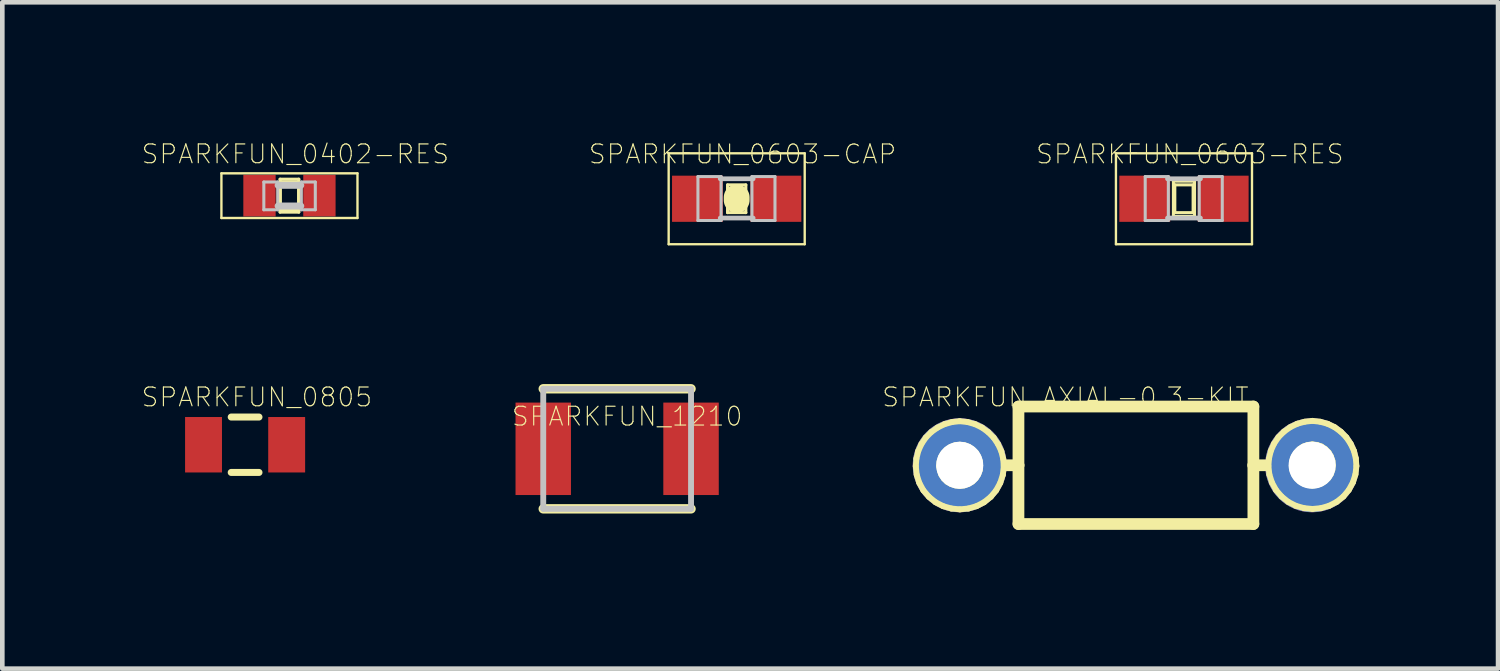
<source format=kicad_pcb>
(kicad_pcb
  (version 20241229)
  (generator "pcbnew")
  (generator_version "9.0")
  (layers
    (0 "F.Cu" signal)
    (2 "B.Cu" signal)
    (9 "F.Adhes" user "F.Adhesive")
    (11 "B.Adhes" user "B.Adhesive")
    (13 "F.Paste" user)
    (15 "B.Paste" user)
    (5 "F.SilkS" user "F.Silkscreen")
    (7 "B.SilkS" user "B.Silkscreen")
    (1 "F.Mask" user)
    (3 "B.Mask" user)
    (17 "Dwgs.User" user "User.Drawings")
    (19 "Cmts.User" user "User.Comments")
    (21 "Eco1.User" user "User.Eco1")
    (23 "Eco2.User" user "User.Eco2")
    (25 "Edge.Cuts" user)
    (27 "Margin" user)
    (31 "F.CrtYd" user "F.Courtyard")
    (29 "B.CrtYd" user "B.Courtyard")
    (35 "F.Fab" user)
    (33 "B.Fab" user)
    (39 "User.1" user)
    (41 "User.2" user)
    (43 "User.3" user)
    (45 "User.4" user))
  (footprint "SPARKFUN_AXIAL-0.3-KIT"
    (layer "F.Cu")
    (at 21.513 7.011)
    (property "Reference" "SPARKFUN_AXIAL-0.3-KIT" (at -1.524 -1.473 0) (layer "F.SilkS") (effects (font (size 0.406 0.406) (thickness 0.025))))
    (attr exclude_from_pos_files exclude_from_bom)
    (fp_line (start -4.76 0.02) (end -4.747 -0.142) (stroke (width 0.127) (type solid)) (layer "F.SilkS"))
    (fp_line (start -4.747 -0.142) (end -4.707 -0.307) (stroke (width 0.127) (type solid)) (layer "F.SilkS"))
    (fp_line (start -4.74 0.206) (end -4.76 0.02) (stroke (width 0.127) (type solid)) (layer "F.SilkS"))
    (fp_line (start -4.707 -0.307) (end -4.638 -0.46) (stroke (width 0.127) (type solid)) (layer "F.SilkS"))
    (fp_line (start -4.684 0.381) (end -4.74 0.206) (stroke (width 0.127) (type solid)) (layer "F.SilkS"))
    (fp_line (start -4.638 -0.46) (end -4.544 -0.599) (stroke (width 0.127) (type solid)) (layer "F.SilkS"))
    (fp_line (start -4.595 0.544) (end -4.684 0.381) (stroke (width 0.127) (type solid)) (layer "F.SilkS"))
    (fp_line (start -4.544 -0.599) (end -4.425 -0.719) (stroke (width 0.127) (type solid)) (layer "F.SilkS"))
    (fp_line (start -4.475 0.683) (end -4.595 0.544) (stroke (width 0.127) (type solid)) (layer "F.SilkS"))
    (fp_line (start -4.425 -0.719) (end -4.29 -0.815) (stroke (width 0.127) (type solid)) (layer "F.SilkS"))
    (fp_line (start -4.331 0.8) (end -4.475 0.683) (stroke (width 0.127) (type solid)) (layer "F.SilkS"))
    (fp_line (start -4.29 -0.815) (end -4.138 -0.889) (stroke (width 0.127) (type solid)) (layer "F.SilkS"))
    (fp_line (start -4.255 0.018) (end -4.244 -0.081) (stroke (width 0.127) (type solid)) (layer "F.SilkS"))
    (fp_line (start -4.244 -0.081) (end -4.214 -0.178) (stroke (width 0.127) (type solid)) (layer "F.SilkS"))
    (fp_line (start -4.239 0.114) (end -4.255 0.018) (stroke (width 0.127) (type solid)) (layer "F.SilkS"))
    (fp_line (start -4.214 -0.178) (end -4.161 -0.264) (stroke (width 0.127) (type solid)) (layer "F.SilkS"))
    (fp_line (start -4.206 0.206) (end -4.239 0.114) (stroke (width 0.127) (type solid)) (layer "F.SilkS"))
    (fp_line (start -4.168 0.884) (end -4.331 0.8) (stroke (width 0.127) (type solid)) (layer "F.SilkS"))
    (fp_line (start -4.161 -0.264) (end -4.089 -0.34) (stroke (width 0.127) (type solid)) (layer "F.SilkS"))
    (fp_line (start -4.153 0.287) (end -4.206 0.206) (stroke (width 0.127) (type solid)) (layer "F.SilkS"))
    (fp_line (start -4.138 -0.889) (end -3.975 -0.935) (stroke (width 0.127) (type solid)) (layer "F.SilkS"))
    (fp_line (start -4.089 -0.34) (end -4.006 -0.396) (stroke (width 0.127) (type solid)) (layer "F.SilkS"))
    (fp_line (start -4.082 0.356) (end -4.153 0.287) (stroke (width 0.127) (type solid)) (layer "F.SilkS"))
    (fp_line (start -4.006 -0.396) (end -3.909 -0.432) (stroke (width 0.127) (type solid)) (layer "F.SilkS"))
    (fp_line (start -3.998 0.404) (end -4.082 0.356) (stroke (width 0.127) (type solid)) (layer "F.SilkS"))
    (fp_line (start -3.99 0.935) (end -4.168 0.884) (stroke (width 0.127) (type solid)) (layer "F.SilkS"))
    (fp_line (start -3.975 -0.935) (end -3.81 -0.953) (stroke (width 0.127) (type solid)) (layer "F.SilkS"))
    (fp_line (start -3.909 -0.432) (end -3.81 -0.445) (stroke (width 0.127) (type solid)) (layer "F.SilkS"))
    (fp_line (start -3.907 0.434) (end -3.998 0.404) (stroke (width 0.127) (type solid)) (layer "F.SilkS"))
    (fp_line (start -3.81 -0.953) (end -3.642 -0.935) (stroke (width 0.127) (type solid)) (layer "F.SilkS"))
    (fp_line (start -3.81 -0.445) (end -3.708 -0.432) (stroke (width 0.127) (type solid)) (layer "F.SilkS"))
    (fp_line (start -3.81 0.445) (end -3.907 0.434) (stroke (width 0.127) (type solid)) (layer "F.SilkS"))
    (fp_line (start -3.807 0.953) (end -3.99 0.935) (stroke (width 0.127) (type solid)) (layer "F.SilkS"))
    (fp_line (start -3.711 0.434) (end -3.81 0.445) (stroke (width 0.127) (type solid)) (layer "F.SilkS"))
    (fp_line (start -3.708 -0.432) (end -3.614 -0.399) (stroke (width 0.127) (type solid)) (layer "F.SilkS"))
    (fp_line (start -3.642 -0.935) (end -3.48 -0.889) (stroke (width 0.127) (type solid)) (layer "F.SilkS"))
    (fp_line (start -3.622 0.935) (end -3.807 0.953) (stroke (width 0.127) (type solid)) (layer "F.SilkS"))
    (fp_line (start -3.619 0.401) (end -3.711 0.434) (stroke (width 0.127) (type solid)) (layer "F.SilkS"))
    (fp_line (start -3.614 -0.399) (end -3.531 -0.343) (stroke (width 0.127) (type solid)) (layer "F.SilkS"))
    (fp_line (start -3.536 0.351) (end -3.619 0.401) (stroke (width 0.127) (type solid)) (layer "F.SilkS"))
    (fp_line (start -3.531 -0.343) (end -3.459 -0.272) (stroke (width 0.127) (type solid)) (layer "F.SilkS"))
    (fp_line (start -3.48 -0.889) (end -3.327 -0.815) (stroke (width 0.127) (type solid)) (layer "F.SilkS"))
    (fp_line (start -3.465 0.282) (end -3.536 0.351) (stroke (width 0.127) (type solid)) (layer "F.SilkS"))
    (fp_line (start -3.459 -0.272) (end -3.409 -0.185) (stroke (width 0.127) (type solid)) (layer "F.SilkS"))
    (fp_line (start -3.447 0.884) (end -3.622 0.935) (stroke (width 0.127) (type solid)) (layer "F.SilkS"))
    (fp_line (start -3.411 0.198) (end -3.465 0.282) (stroke (width 0.127) (type solid)) (layer "F.SilkS"))
    (fp_line (start -3.409 -0.185) (end -3.376 -0.089) (stroke (width 0.127) (type solid)) (layer "F.SilkS"))
    (fp_line (start -3.378 0.107) (end -3.411 0.198) (stroke (width 0.127) (type solid)) (layer "F.SilkS"))
    (fp_line (start -3.376 -0.089) (end -3.368 0.008) (stroke (width 0.127) (type solid)) (layer "F.SilkS"))
    (fp_line (start -3.368 0.008) (end -3.378 0.107) (stroke (width 0.127) (type solid)) (layer "F.SilkS"))
    (fp_line (start -3.327 -0.815) (end -3.193 -0.716) (stroke (width 0.127) (type solid)) (layer "F.SilkS"))
    (fp_line (start -3.284 0.8) (end -3.447 0.884) (stroke (width 0.127) (type solid)) (layer "F.SilkS"))
    (fp_line (start -3.193 -0.716) (end -3.076 -0.597) (stroke (width 0.127) (type solid)) (layer "F.SilkS"))
    (fp_line (start -3.139 0.683) (end -3.284 0.8) (stroke (width 0.127) (type solid)) (layer "F.SilkS"))
    (fp_line (start -3.076 -0.597) (end -2.982 -0.457) (stroke (width 0.127) (type solid)) (layer "F.SilkS"))
    (fp_line (start -3.023 0.544) (end -3.139 0.683) (stroke (width 0.127) (type solid)) (layer "F.SilkS"))
    (fp_line (start -2.982 -0.457) (end -2.911 -0.305) (stroke (width 0.127) (type solid)) (layer "F.SilkS"))
    (fp_line (start -2.934 0.381) (end -3.023 0.544) (stroke (width 0.127) (type solid)) (layer "F.SilkS"))
    (fp_line (start -2.911 -0.305) (end -2.87 -0.14) (stroke (width 0.127) (type solid)) (layer "F.SilkS"))
    (fp_line (start -2.878 0.206) (end -2.934 0.381) (stroke (width 0.127) (type solid)) (layer "F.SilkS"))
    (fp_line (start -2.87 -0.14) (end -2.857 0.025) (stroke (width 0.127) (type solid)) (layer "F.SilkS"))
    (fp_line (start -2.857 0.025) (end -2.878 0.206) (stroke (width 0.127) (type solid)) (layer "F.SilkS"))
    (fp_line (start -2.54 -1.27) (end 2.54 -1.27) (stroke (width 0.254) (type solid)) (layer "F.SilkS"))
    (fp_line (start -2.54 0) (end -2.794 0) (stroke (width 0.254) (type solid)) (layer "F.SilkS"))
    (fp_line (start -2.54 0) (end -2.54 -1.27) (stroke (width 0.254) (type solid)) (layer "F.SilkS"))
    (fp_line (start -2.54 1.27) (end -2.54 0) (stroke (width 0.254) (type solid)) (layer "F.SilkS"))
    (fp_line (start 2.54 -1.27) (end 2.54 0) (stroke (width 0.254) (type solid)) (layer "F.SilkS"))
    (fp_line (start 2.54 0) (end 2.54 1.27) (stroke (width 0.254) (type solid)) (layer "F.SilkS"))
    (fp_line (start 2.54 0) (end 2.794 0) (stroke (width 0.254) (type solid)) (layer "F.SilkS"))
    (fp_line (start 2.54 1.27) (end -2.54 1.27) (stroke (width 0.254) (type solid)) (layer "F.SilkS"))
    (fp_line (start 2.865 0.013) (end 2.878 -0.15) (stroke (width 0.127) (type solid)) (layer "F.SilkS"))
    (fp_line (start 2.878 -0.15) (end 2.918 -0.315) (stroke (width 0.127) (type solid)) (layer "F.SilkS"))
    (fp_line (start 2.885 0.198) (end 2.865 0.013) (stroke (width 0.127) (type solid)) (layer "F.SilkS"))
    (fp_line (start 2.918 -0.315) (end 2.987 -0.467) (stroke (width 0.127) (type solid)) (layer "F.SilkS"))
    (fp_line (start 2.941 0.373) (end 2.885 0.198) (stroke (width 0.127) (type solid)) (layer "F.SilkS"))
    (fp_line (start 2.987 -0.467) (end 3.081 -0.607) (stroke (width 0.127) (type solid)) (layer "F.SilkS"))
    (fp_line (start 3.03 0.536) (end 2.941 0.373) (stroke (width 0.127) (type solid)) (layer "F.SilkS"))
    (fp_line (start 3.081 -0.607) (end 3.2 -0.726) (stroke (width 0.127) (type solid)) (layer "F.SilkS"))
    (fp_line (start 3.15 0.676) (end 3.03 0.536) (stroke (width 0.127) (type solid)) (layer "F.SilkS"))
    (fp_line (start 3.2 -0.726) (end 3.335 -0.823) (stroke (width 0.127) (type solid)) (layer "F.SilkS"))
    (fp_line (start 3.294 0.792) (end 3.15 0.676) (stroke (width 0.127) (type solid)) (layer "F.SilkS"))
    (fp_line (start 3.335 -0.823) (end 3.487 -0.897) (stroke (width 0.127) (type solid)) (layer "F.SilkS"))
    (fp_line (start 3.371 0.013) (end 3.381 -0.089) (stroke (width 0.127) (type solid)) (layer "F.SilkS"))
    (fp_line (start 3.381 -0.089) (end 3.411 -0.185) (stroke (width 0.127) (type solid)) (layer "F.SilkS"))
    (fp_line (start 3.386 0.107) (end 3.371 0.013) (stroke (width 0.127) (type solid)) (layer "F.SilkS"))
    (fp_line (start 3.411 -0.185) (end 3.465 -0.272) (stroke (width 0.127) (type solid)) (layer "F.SilkS"))
    (fp_line (start 3.419 0.198) (end 3.386 0.107) (stroke (width 0.127) (type solid)) (layer "F.SilkS"))
    (fp_line (start 3.457 0.876) (end 3.294 0.792) (stroke (width 0.127) (type solid)) (layer "F.SilkS"))
    (fp_line (start 3.465 -0.272) (end 3.536 -0.348) (stroke (width 0.127) (type solid)) (layer "F.SilkS"))
    (fp_line (start 3.472 0.279) (end 3.419 0.198) (stroke (width 0.127) (type solid)) (layer "F.SilkS"))
    (fp_line (start 3.487 -0.897) (end 3.65 -0.942) (stroke (width 0.127) (type solid)) (layer "F.SilkS"))
    (fp_line (start 3.536 -0.348) (end 3.619 -0.404) (stroke (width 0.127) (type solid)) (layer "F.SilkS"))
    (fp_line (start 3.543 0.348) (end 3.472 0.279) (stroke (width 0.127) (type solid)) (layer "F.SilkS"))
    (fp_line (start 3.619 -0.404) (end 3.716 -0.439) (stroke (width 0.127) (type solid)) (layer "F.SilkS"))
    (fp_line (start 3.627 0.396) (end 3.543 0.348) (stroke (width 0.127) (type solid)) (layer "F.SilkS"))
    (fp_line (start 3.635 0.927) (end 3.457 0.876) (stroke (width 0.127) (type solid)) (layer "F.SilkS"))
    (fp_line (start 3.65 -0.942) (end 3.815 -0.96) (stroke (width 0.127) (type solid)) (layer "F.SilkS"))
    (fp_line (start 3.716 -0.439) (end 3.815 -0.452) (stroke (width 0.127) (type solid)) (layer "F.SilkS"))
    (fp_line (start 3.719 0.427) (end 3.627 0.396) (stroke (width 0.127) (type solid)) (layer "F.SilkS"))
    (fp_line (start 3.815 -0.96) (end 3.983 -0.942) (stroke (width 0.127) (type solid)) (layer "F.SilkS"))
    (fp_line (start 3.815 -0.452) (end 3.917 -0.439) (stroke (width 0.127) (type solid)) (layer "F.SilkS"))
    (fp_line (start 3.815 0.437) (end 3.719 0.427) (stroke (width 0.127) (type solid)) (layer "F.SilkS"))
    (fp_line (start 3.818 0.945) (end 3.635 0.927) (stroke (width 0.127) (type solid)) (layer "F.SilkS"))
    (fp_line (start 3.914 0.427) (end 3.815 0.437) (stroke (width 0.127) (type solid)) (layer "F.SilkS"))
    (fp_line (start 3.917 -0.439) (end 4.011 -0.406) (stroke (width 0.127) (type solid)) (layer "F.SilkS"))
    (fp_line (start 3.983 -0.942) (end 4.145 -0.897) (stroke (width 0.127) (type solid)) (layer "F.SilkS"))
    (fp_line (start 4.003 0.927) (end 3.818 0.945) (stroke (width 0.127) (type solid)) (layer "F.SilkS"))
    (fp_line (start 4.006 0.394) (end 3.914 0.427) (stroke (width 0.127) (type solid)) (layer "F.SilkS"))
    (fp_line (start 4.011 -0.406) (end 4.094 -0.351) (stroke (width 0.127) (type solid)) (layer "F.SilkS"))
    (fp_line (start 4.089 0.343) (end 4.006 0.394) (stroke (width 0.127) (type solid)) (layer "F.SilkS"))
    (fp_line (start 4.094 -0.351) (end 4.166 -0.279) (stroke (width 0.127) (type solid)) (layer "F.SilkS"))
    (fp_line (start 4.145 -0.897) (end 4.298 -0.823) (stroke (width 0.127) (type solid)) (layer "F.SilkS"))
    (fp_line (start 4.161 0.274) (end 4.089 0.343) (stroke (width 0.127) (type solid)) (layer "F.SilkS"))
    (fp_line (start 4.166 -0.279) (end 4.216 -0.193) (stroke (width 0.127) (type solid)) (layer "F.SilkS"))
    (fp_line (start 4.178 0.876) (end 4.003 0.927) (stroke (width 0.127) (type solid)) (layer "F.SilkS"))
    (fp_line (start 4.214 0.191) (end 4.161 0.274) (stroke (width 0.127) (type solid)) (layer "F.SilkS"))
    (fp_line (start 4.216 -0.193) (end 4.249 -0.097) (stroke (width 0.127) (type solid)) (layer "F.SilkS"))
    (fp_line (start 4.247 0.099) (end 4.214 0.191) (stroke (width 0.127) (type solid)) (layer "F.SilkS"))
    (fp_line (start 4.249 -0.097) (end 4.257 0) (stroke (width 0.127) (type solid)) (layer "F.SilkS"))
    (fp_line (start 4.257 0) (end 4.247 0.099) (stroke (width 0.127) (type solid)) (layer "F.SilkS"))
    (fp_line (start 4.298 -0.823) (end 4.432 -0.724) (stroke (width 0.127) (type solid)) (layer "F.SilkS"))
    (fp_line (start 4.341 0.792) (end 4.178 0.876) (stroke (width 0.127) (type solid)) (layer "F.SilkS"))
    (fp_line (start 4.432 -0.724) (end 4.549 -0.605) (stroke (width 0.127) (type solid)) (layer "F.SilkS"))
    (fp_line (start 4.486 0.676) (end 4.341 0.792) (stroke (width 0.127) (type solid)) (layer "F.SilkS"))
    (fp_line (start 4.549 -0.605) (end 4.643 -0.465) (stroke (width 0.127) (type solid)) (layer "F.SilkS"))
    (fp_line (start 4.602 0.536) (end 4.486 0.676) (stroke (width 0.127) (type solid)) (layer "F.SilkS"))
    (fp_line (start 4.643 -0.465) (end 4.714 -0.312) (stroke (width 0.127) (type solid)) (layer "F.SilkS"))
    (fp_line (start 4.691 0.373) (end 4.602 0.536) (stroke (width 0.127) (type solid)) (layer "F.SilkS"))
    (fp_line (start 4.714 -0.312) (end 4.755 -0.147) (stroke (width 0.127) (type solid)) (layer "F.SilkS"))
    (fp_line (start 4.747 0.198) (end 4.691 0.373) (stroke (width 0.127) (type solid)) (layer "F.SilkS"))
    (fp_line (start 4.755 -0.147) (end 4.768 0.018) (stroke (width 0.127) (type solid)) (layer "F.SilkS"))
    (fp_line (start 4.768 0.018) (end 4.747 0.198) (stroke (width 0.127) (type solid)) (layer "F.SilkS"))
    (pad "P$1" thru_hole circle (at -3.81 0) (size 2.032 2.032) (drill 1.016) (layers "*.Cu" "*.Paste" "*.Mask"))
    (pad "P$2" thru_hole circle (at 3.81 0) (size 2.032 2.032) (drill 1.016) (layers "*.Cu" "*.Paste" "*.Mask")))
  (footprint "SPARKFUN_0603-CAP"
    (layer "F.Cu")
    (at 12.88 1.248)
    (property "Reference" "SPARKFUN_0603-CAP" (at 0.127 -0.965 0) (layer "F.SilkS") (effects (font (size 0.406 0.406) (thickness 0.025))))
    (attr smd)
    (fp_line (start -1.471 -0.983) (end 1.471 -0.983) (stroke (width 0.051) (type solid)) (layer "F.SilkS"))
    (fp_line (start -1.471 0.983) (end -1.471 -0.983) (stroke (width 0.051) (type solid)) (layer "F.SilkS"))
    (fp_line (start -0.198 -0.3) (end 0.198 -0.3) (stroke (width 0.066) (type solid)) (layer "F.SilkS"))
    (fp_line (start -0.198 0.3) (end -0.198 -0.3) (stroke (width 0.066) (type solid)) (layer "F.SilkS"))
    (fp_line (start -0.198 0.3) (end 0.198 0.3) (stroke (width 0.066) (type solid)) (layer "F.SilkS"))
    (fp_line (start 0 -0.03) (end 0 0.03) (stroke (width 0.559) (type solid)) (layer "F.SilkS"))
    (fp_line (start 0.198 0.3) (end 0.198 -0.3) (stroke (width 0.066) (type solid)) (layer "F.SilkS"))
    (fp_line (start 1.471 -0.983) (end 1.471 0.983) (stroke (width 0.051) (type solid)) (layer "F.SilkS"))
    (fp_line (start 1.471 0.983) (end -1.471 0.983) (stroke (width 0.051) (type solid)) (layer "F.SilkS"))
    (fp_line (start -0.838 -0.48) (end -0.338 -0.48) (stroke (width 0.066) (type solid)) (layer "Dwgs.User"))
    (fp_line (start -0.838 0.47) (end -0.838 -0.48) (stroke (width 0.066) (type solid)) (layer "Dwgs.User"))
    (fp_line (start -0.838 0.47) (end -0.338 0.47) (stroke (width 0.066) (type solid)) (layer "Dwgs.User"))
    (fp_line (start -0.356 -0.432) (end 0.356 -0.432) (stroke (width 0.102) (type solid)) (layer "Dwgs.User"))
    (fp_line (start -0.356 0.417) (end 0.356 0.417) (stroke (width 0.102) (type solid)) (layer "Dwgs.User"))
    (fp_line (start -0.338 0.47) (end -0.338 -0.48) (stroke (width 0.066) (type solid)) (layer "Dwgs.User"))
    (fp_line (start 0.33 -0.48) (end 0.828 -0.48) (stroke (width 0.066) (type solid)) (layer "Dwgs.User"))
    (fp_line (start 0.33 0.47) (end 0.33 -0.48) (stroke (width 0.066) (type solid)) (layer "Dwgs.User"))
    (fp_line (start 0.33 0.47) (end 0.828 0.47) (stroke (width 0.066) (type solid)) (layer "Dwgs.User"))
    (fp_line (start 0.828 0.47) (end 0.828 -0.48) (stroke (width 0.066) (type solid)) (layer "Dwgs.User"))
    (pad "1" smd rect (at -0.848 0) (size 1.1 0.998) (layers "F.Cu" "F.Mask" "F.Paste"))
    (pad "2" smd rect (at 0.848 0) (size 1.1 0.998) (layers "F.Cu" "F.Mask" "F.Paste")))
  (footprint "SPARKFUN_0603-RES"
    (layer "F.Cu")
    (at 22.552 1.248)
    (property "Reference" "SPARKFUN_0603-RES" (at 0.127 -0.965 0) (layer "F.SilkS") (effects (font (size 0.406 0.406) (thickness 0.025))))
    (attr smd)
    (fp_line (start -1.471 -0.983) (end 1.471 -0.983) (stroke (width 0.051) (type solid)) (layer "F.SilkS"))
    (fp_line (start -1.471 0.983) (end -1.471 -0.983) (stroke (width 0.051) (type solid)) (layer "F.SilkS"))
    (fp_line (start -0.229 -0.381) (end 0.229 -0.381) (stroke (width 0.066) (type solid)) (layer "F.SilkS"))
    (fp_line (start -0.229 0.381) (end -0.229 -0.381) (stroke (width 0.066) (type solid)) (layer "F.SilkS"))
    (fp_line (start -0.229 0.381) (end 0.229 0.381) (stroke (width 0.066) (type solid)) (layer "F.SilkS"))
    (fp_line (start -0.198 -0.3) (end 0.198 -0.3) (stroke (width 0.066) (type solid)) (layer "F.SilkS"))
    (fp_line (start -0.198 0.3) (end -0.198 -0.3) (stroke (width 0.066) (type solid)) (layer "F.SilkS"))
    (fp_line (start -0.198 0.3) (end 0.198 0.3) (stroke (width 0.066) (type solid)) (layer "F.SilkS"))
    (fp_line (start 0.198 0.3) (end 0.198 -0.3) (stroke (width 0.066) (type solid)) (layer "F.SilkS"))
    (fp_line (start 0.229 0.381) (end 0.229 -0.381) (stroke (width 0.066) (type solid)) (layer "F.SilkS"))
    (fp_line (start 1.471 -0.983) (end 1.471 0.983) (stroke (width 0.051) (type solid)) (layer "F.SilkS"))
    (fp_line (start 1.471 0.983) (end -1.471 0.983) (stroke (width 0.051) (type solid)) (layer "F.SilkS"))
    (fp_line (start -0.838 -0.48) (end -0.338 -0.48) (stroke (width 0.066) (type solid)) (layer "Dwgs.User"))
    (fp_line (start -0.838 0.47) (end -0.838 -0.48) (stroke (width 0.066) (type solid)) (layer "Dwgs.User"))
    (fp_line (start -0.838 0.47) (end -0.338 0.47) (stroke (width 0.066) (type solid)) (layer "Dwgs.User"))
    (fp_line (start -0.356 -0.432) (end 0.356 -0.432) (stroke (width 0.102) (type solid)) (layer "Dwgs.User"))
    (fp_line (start -0.356 0.417) (end 0.356 0.417) (stroke (width 0.102) (type solid)) (layer "Dwgs.User"))
    (fp_line (start -0.338 0.47) (end -0.338 -0.48) (stroke (width 0.066) (type solid)) (layer "Dwgs.User"))
    (fp_line (start 0.33 -0.48) (end 0.828 -0.48) (stroke (width 0.066) (type solid)) (layer "Dwgs.User"))
    (fp_line (start 0.33 0.47) (end 0.33 -0.48) (stroke (width 0.066) (type solid)) (layer "Dwgs.User"))
    (fp_line (start 0.33 0.47) (end 0.828 0.47) (stroke (width 0.066) (type solid)) (layer "Dwgs.User"))
    (fp_line (start 0.828 0.47) (end 0.828 -0.48) (stroke (width 0.066) (type solid)) (layer "Dwgs.User"))
    (pad "1" smd rect (at -0.848 0) (size 1.1 0.998) (layers "F.Cu" "F.Mask" "F.Paste"))
    (pad "2" smd rect (at 0.848 0) (size 1.1 0.998) (layers "F.Cu" "F.Mask" "F.Paste")))
  (footprint "SPARKFUN_1210"
    (layer "F.Cu")
    (at 10.295 6.655)
    (property "Reference" "SPARKFUN_1210" (at 0.216 -0.701 0) (layer "F.SilkS") (effects (font (size 0.406 0.406) (thickness 0.025))))
    (attr smd)
    (fp_line (start -1.598 -1.298) (end 1.598 -1.298) (stroke (width 0.203) (type solid)) (layer "F.SilkS"))
    (fp_line (start -1.598 1.298) (end 1.598 1.298) (stroke (width 0.203) (type solid)) (layer "F.SilkS"))
    (fp_line (start -1.598 -1.298) (end 1.598 -1.298) (stroke (width 0.127) (type solid)) (layer "Dwgs.User"))
    (fp_line (start -1.598 1.298) (end -1.598 -1.298) (stroke (width 0.127) (type solid)) (layer "Dwgs.User"))
    (fp_line (start 1.598 -1.298) (end 1.598 1.298) (stroke (width 0.127) (type solid)) (layer "Dwgs.User"))
    (fp_line (start 1.598 1.298) (end -1.598 1.298) (stroke (width 0.127) (type solid)) (layer "Dwgs.User"))
    (pad "1" smd rect (at -1.598 0) (size 1.199 1.999) (layers "F.Cu" "F.Mask" "F.Paste"))
    (pad "2" smd rect (at 1.598 0) (size 1.199 1.999) (layers "F.Cu" "F.Mask" "F.Paste")))
  (footprint "SPARKFUN_0805"
    (layer "F.Cu")
    (at 2.25 6.567)
    (property "Reference" "SPARKFUN_0805" (at 0.254 -1.029 0) (layer "F.SilkS") (effects (font (size 0.406 0.406) (thickness 0.025))))
    (attr smd)
    (fp_line (start -0.3 -0.599) (end 0.3 -0.599) (stroke (width 0.152) (type solid)) (layer "F.SilkS"))
    (fp_line (start -0.3 0.599) (end 0.3 0.599) (stroke (width 0.152) (type solid)) (layer "F.SilkS"))
    (pad "1" smd rect (at -0.899 0) (size 0.798 1.199) (layers "F.Cu" "F.Mask" "F.Paste"))
    (pad "2" smd rect (at 0.899 0) (size 0.798 1.199) (layers "F.Cu" "F.Mask" "F.Paste")))
  (footprint "SPARKFUN_0402-RES"
    (layer "F.Cu")
    (at 3.209 1.181)
    (property "Reference" "SPARKFUN_0402-RES" (at 0.127 -0.899 0) (layer "F.SilkS") (effects (font (size 0.406 0.406) (thickness 0.025))))
    (attr smd)
    (fp_line (start -1.471 -0.483) (end 1.471 -0.483) (stroke (width 0.051) (type solid)) (layer "F.SilkS"))
    (fp_line (start -1.471 0.483) (end -1.471 -0.483) (stroke (width 0.051) (type solid)) (layer "F.SilkS"))
    (fp_line (start -0.203 -0.356) (end 0.203 -0.356) (stroke (width 0.066) (type solid)) (layer "F.SilkS"))
    (fp_line (start -0.203 0.356) (end -0.203 -0.356) (stroke (width 0.066) (type solid)) (layer "F.SilkS"))
    (fp_line (start -0.203 0.356) (end 0.203 0.356) (stroke (width 0.066) (type solid)) (layer "F.SilkS"))
    (fp_line (start -0.198 -0.3) (end 0.198 -0.3) (stroke (width 0.066) (type solid)) (layer "F.SilkS"))
    (fp_line (start -0.198 0.3) (end -0.198 -0.3) (stroke (width 0.066) (type solid)) (layer "F.SilkS"))
    (fp_line (start -0.198 0.3) (end 0.198 0.3) (stroke (width 0.066) (type solid)) (layer "F.SilkS"))
    (fp_line (start 0.198 0.3) (end 0.198 -0.3) (stroke (width 0.066) (type solid)) (layer "F.SilkS"))
    (fp_line (start 0.203 0.356) (end 0.203 -0.356) (stroke (width 0.066) (type solid)) (layer "F.SilkS"))
    (fp_line (start 1.471 -0.483) (end 1.471 0.483) (stroke (width 0.051) (type solid)) (layer "F.SilkS"))
    (fp_line (start 1.471 0.483) (end -1.471 0.483) (stroke (width 0.051) (type solid)) (layer "F.SilkS"))
    (fp_line (start -0.554 -0.295) (end -0.254 -0.295) (stroke (width 0.066) (type solid)) (layer "Dwgs.User"))
    (fp_line (start -0.554 0.305) (end -0.554 -0.295) (stroke (width 0.066) (type solid)) (layer "Dwgs.User"))
    (fp_line (start -0.554 0.305) (end -0.254 0.305) (stroke (width 0.066) (type solid)) (layer "Dwgs.User"))
    (fp_line (start -0.254 0.305) (end -0.254 -0.295) (stroke (width 0.066) (type solid)) (layer "Dwgs.User"))
    (fp_line (start -0.244 -0.224) (end 0.244 -0.224) (stroke (width 0.152) (type solid)) (layer "Dwgs.User"))
    (fp_line (start 0.244 0.224) (end -0.244 0.224) (stroke (width 0.152) (type solid)) (layer "Dwgs.User"))
    (fp_line (start 0.257 -0.295) (end 0.559 -0.295) (stroke (width 0.066) (type solid)) (layer "Dwgs.User"))
    (fp_line (start 0.257 0.305) (end 0.257 -0.295) (stroke (width 0.066) (type solid)) (layer "Dwgs.User"))
    (fp_line (start 0.257 0.305) (end 0.559 0.305) (stroke (width 0.066) (type solid)) (layer "Dwgs.User"))
    (fp_line (start 0.559 0.305) (end 0.559 -0.295) (stroke (width 0.066) (type solid)) (layer "Dwgs.User"))
    (pad "1" smd rect (at -0.648 0) (size 0.699 0.899) (layers "F.Cu" "F.Mask" "F.Paste"))
    (pad "2" smd rect (at 0.648 0) (size 0.699 0.899) (layers "F.Cu" "F.Mask" "F.Paste")))
  (gr_rect
    (start -3 -3)
    (end 29.344 11.408)
    (stroke (width 0.1) (type default))
    (fill no)
    (layer "Edge.Cuts")))
</source>
